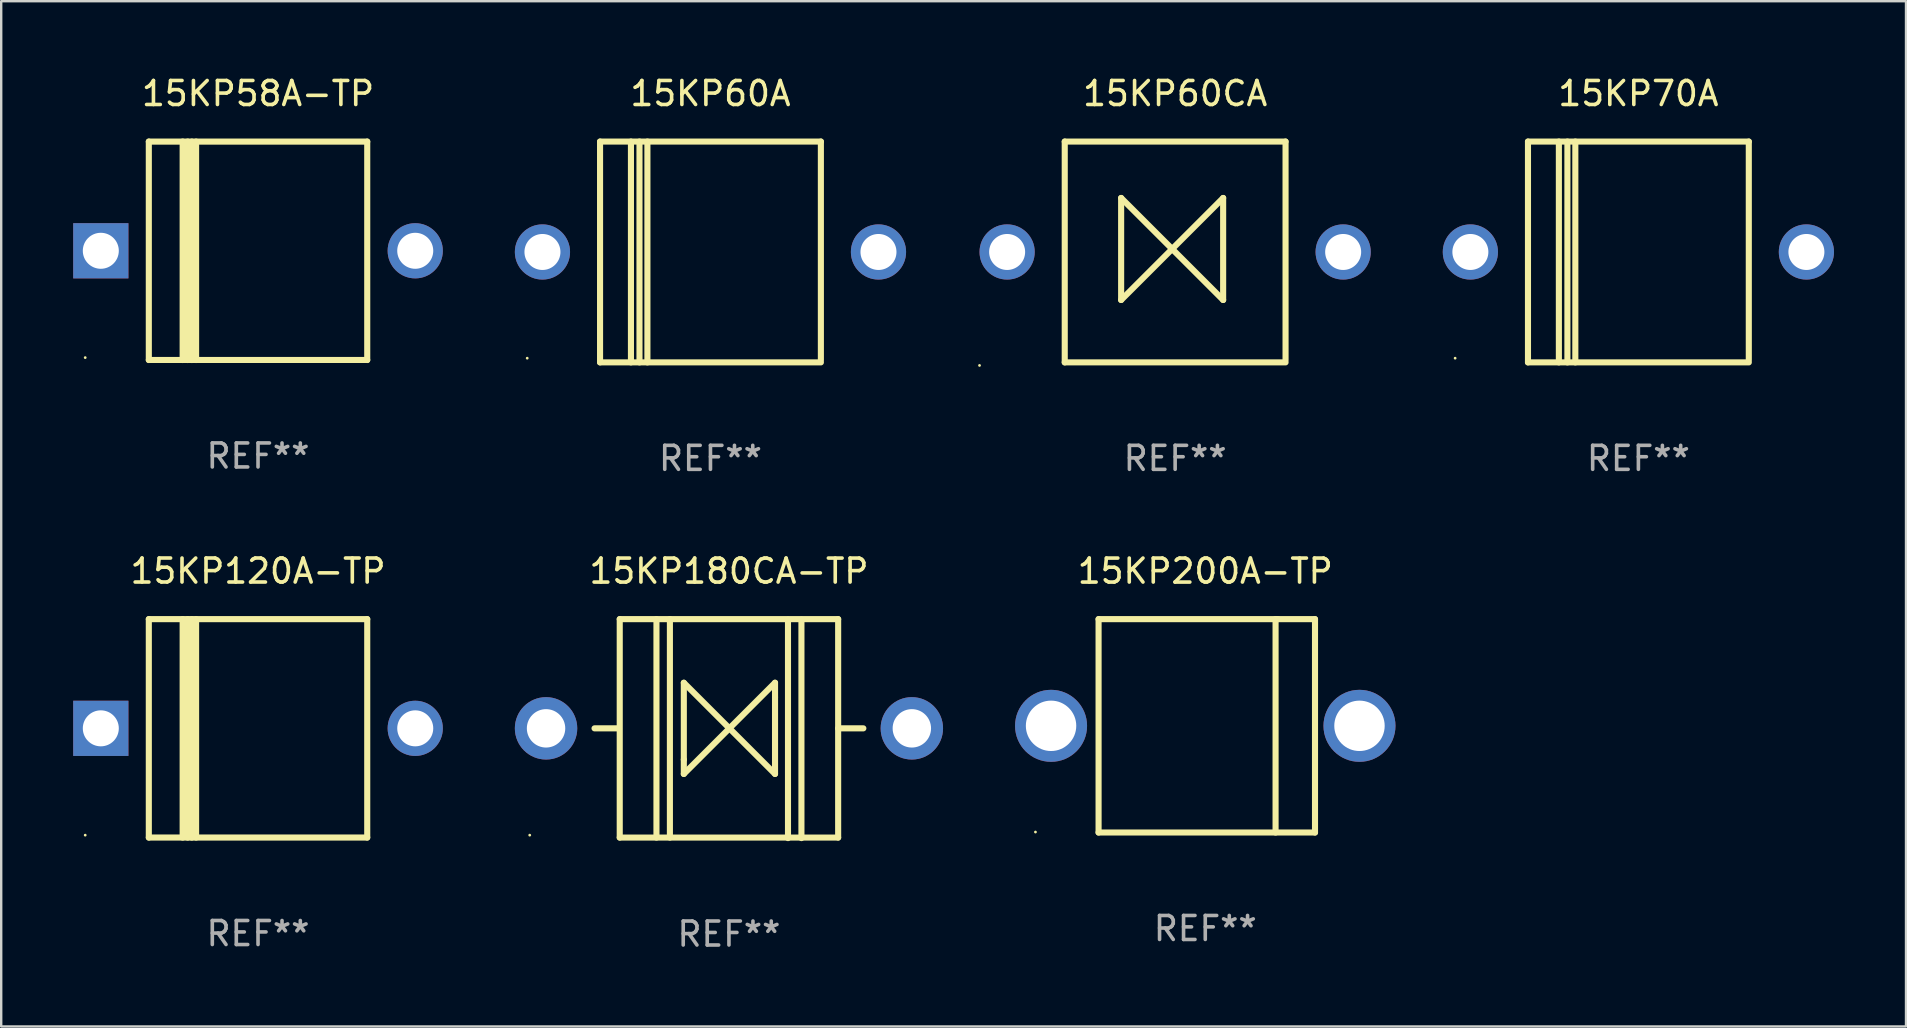
<source format=kicad_pcb>
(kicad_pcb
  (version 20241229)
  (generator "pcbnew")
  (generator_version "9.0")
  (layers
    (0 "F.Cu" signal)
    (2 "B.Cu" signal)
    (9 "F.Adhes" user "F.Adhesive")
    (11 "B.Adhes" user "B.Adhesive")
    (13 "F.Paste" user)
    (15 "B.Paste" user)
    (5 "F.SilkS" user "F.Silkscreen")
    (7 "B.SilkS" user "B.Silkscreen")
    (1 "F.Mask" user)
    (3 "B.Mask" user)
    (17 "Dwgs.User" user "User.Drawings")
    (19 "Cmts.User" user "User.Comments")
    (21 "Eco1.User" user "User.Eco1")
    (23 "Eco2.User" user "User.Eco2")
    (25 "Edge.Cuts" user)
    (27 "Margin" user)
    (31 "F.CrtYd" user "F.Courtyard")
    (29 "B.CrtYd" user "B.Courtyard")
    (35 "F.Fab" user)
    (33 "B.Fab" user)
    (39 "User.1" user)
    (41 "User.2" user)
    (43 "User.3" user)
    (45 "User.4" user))
  (footprint "15KP180CA-TP"
    (layer "F.Cu")
    (at 27.32 27.306)
    (property "Reference" "15KP180CA-TP" (at 0 -6.561 0) (layer "F.SilkS") (effects (font (size 1 1) (thickness 0.15))))
    (attr through_hole)
    (fp_line (start -4.58 -0.011) (end -5.6 -0.011) (stroke (width 0.254) (type solid)) (layer "F.SilkS"))
    (fp_line (start -4.55 -4.561) (end 4.55 -4.561) (stroke (width 0.254) (type solid)) (layer "F.SilkS"))
    (fp_line (start -4.55 -4.561) (end -4.55 4.539) (stroke (width 0.254) (type solid)) (layer "F.SilkS"))
    (fp_line (start -3.02 -4.561) (end -3.02 4.539) (stroke (width 0.254) (type solid)) (layer "F.SilkS"))
    (fp_line (start -2.46 -4.561) (end -2.46 4.539) (stroke (width 0.254) (type solid)) (layer "F.SilkS"))
    (fp_line (start -1.88 -1.911) (end 0.02 -0.011) (stroke (width 0.254) (type solid)) (layer "F.SilkS"))
    (fp_line (start -1.88 1.289) (end -1.88 -1.911) (stroke (width 0.254) (type solid)) (layer "F.SilkS"))
    (fp_line (start -1.88 1.889) (end -1.88 1.289) (stroke (width 0.254) (type solid)) (layer "F.SilkS"))
    (fp_line (start 0.02 -0.011) (end -1.88 1.889) (stroke (width 0.254) (type solid)) (layer "F.SilkS"))
    (fp_line (start 0.02 -0.011) (end 1.92 -1.911) (stroke (width 0.254) (type solid)) (layer "F.SilkS"))
    (fp_line (start 1.92 -1.911) (end 1.92 -1.311) (stroke (width 0.254) (type solid)) (layer "F.SilkS"))
    (fp_line (start 1.92 -1.311) (end 1.92 1.889) (stroke (width 0.254) (type solid)) (layer "F.SilkS"))
    (fp_line (start 1.92 1.889) (end 0.02 -0.011) (stroke (width 0.254) (type solid)) (layer "F.SilkS"))
    (fp_line (start 2.46 -4.539) (end 2.46 4.561) (stroke (width 0.254) (type solid)) (layer "F.SilkS"))
    (fp_line (start 3.02 -4.539) (end 3.02 4.561) (stroke (width 0.254) (type solid)) (layer "F.SilkS"))
    (fp_line (start 4.55 4.539) (end -4.55 4.539) (stroke (width 0.254) (type solid)) (layer "F.SilkS"))
    (fp_line (start 4.55 4.539) (end 4.55 -4.561) (stroke (width 0.254) (type solid)) (layer "F.SilkS"))
    (fp_line (start 5.6 -0.011) (end 4.55 -0.011) (stroke (width 0.254) (type solid)) (layer "F.SilkS"))
    (fp_circle (center -8.3 4.439) (end -8.27 4.439) (stroke (width 0.06) (type solid)) (fill no) (layer "F.SilkS"))
    (fp_text user "REF**" (at 0 8.561 0) (layer "F.Fab") (effects (font (size 1 1) (thickness 0.15))))
    (pad "1" thru_hole circle (at -7.62 -0.011) (size 2.6 2.6) (drill 1.6) (layers "*.Cu" "*.Mask"))
    (pad "2" thru_hole circle (at 7.62 -0.011) (size 2.6 2.6) (drill 1.6) (layers "*.Cu" "*.Mask")))
  (footprint "15KP70A"
    (layer "F.Cu")
    (at 65.21 7.448)
    (property "Reference" "15KP70A" (at 0 -6.6 0) (layer "F.SilkS") (effects (font (size 1 1) (thickness 0.15))))
    (attr through_hole)
    (fp_line (start -4.6 -4.6) (end -4.6 4.6) (stroke (width 0.254) (type solid)) (layer "F.SilkS"))
    (fp_line (start -4.6 -4.6) (end 4.6 -4.6) (stroke (width 0.254) (type solid)) (layer "F.SilkS"))
    (fp_line (start -4.6 4.6) (end 4.6 4.6) (stroke (width 0.254) (type solid)) (layer "F.SilkS"))
    (fp_line (start -3.313 -4.6) (end -3.313 4.6) (stroke (width 0.254) (type solid)) (layer "F.SilkS"))
    (fp_line (start -2.957 -4.6) (end -2.957 4.6) (stroke (width 0.254) (type solid)) (layer "F.SilkS"))
    (fp_line (start -2.627 -4.6) (end -2.627 4.6) (stroke (width 0.254) (type solid)) (layer "F.SilkS"))
    (fp_line (start 4.6 -4.6) (end 4.6 4.5) (stroke (width 0.254) (type solid)) (layer "F.SilkS"))
    (fp_circle (center -7.635 4.425) (end -7.605 4.425) (stroke (width 0.06) (type solid)) (fill no) (layer "F.SilkS"))
    (fp_text user "REF**" (at 0 8.6 0) (layer "F.Fab") (effects (font (size 1 1) (thickness 0.15))))
    (pad "1" thru_hole circle (at -7 0) (size 2.3 2.3) (drill 1.5) (layers "*.Cu" "*.Mask"))
    (pad "2" thru_hole circle (at 7 0) (size 2.3 2.3) (drill 1.5) (layers "*.Cu" "*.Mask")))
  (footprint "15KP200A-TP"
    (layer "F.Cu")
    (at 47.165 27.19)
    (property "Reference" "15KP200A-TP" (at 0 -6.445 0) (layer "F.SilkS") (effects (font (size 1 1) (thickness 0.15))))
    (attr through_hole)
    (fp_line (start -4.445 -4.445) (end -4.445 4.445) (stroke (width 0.254) (type solid)) (layer "F.SilkS"))
    (fp_line (start -4.445 4.445) (end 4.572 4.445) (stroke (width 0.254) (type solid)) (layer "F.SilkS"))
    (fp_line (start 2.929 -4.445) (end 2.929 4.445) (stroke (width 0.254) (type solid)) (layer "F.SilkS"))
    (fp_line (start 3.029 -4.445) (end 2.929 -4.445) (stroke (width 0.254) (type solid)) (layer "F.SilkS"))
    (fp_line (start 4.572 -4.445) (end -4.445 -4.445) (stroke (width 0.254) (type solid)) (layer "F.SilkS"))
    (fp_line (start 4.572 4.445) (end 4.572 -4.445) (stroke (width 0.254) (type solid)) (layer "F.SilkS"))
    (fp_circle (center -7.075 4.425) (end -7.045 4.425) (stroke (width 0.06) (type solid)) (fill no) (layer "F.SilkS"))
    (fp_text user "REF**" (at 0 8.445 0) (layer "F.Fab") (effects (font (size 1 1) (thickness 0.15))))
    (pad "1" thru_hole circle (at -6.425 0) (size 3 3) (drill 2.1) (layers "*.Cu" "*.Mask"))
    (pad "2" thru_hole circle (at 6.425 0) (size 3 3) (drill 2.1) (layers "*.Cu" "*.Mask")))
  (footprint "15KP58A-TP"
    (layer "F.Cu")
    (at 7.7 7.399)
    (property "Reference" "15KP58A-TP" (at 0 -6.551 0) (layer "F.SilkS") (effects (font (size 1 1) (thickness 0.15))))
    (attr through_hole)
    (fp_line (start -4.55 -4.55) (end -4.55 4.55) (stroke (width 0.254) (type solid)) (layer "F.SilkS"))
    (fp_line (start -4.55 -4.55) (end 4.55 -4.55) (stroke (width 0.254) (type solid)) (layer "F.SilkS"))
    (fp_line (start -3.14 4.55) (end -3.14 -4.551) (stroke (width 0.254) (type solid)) (layer "F.SilkS"))
    (fp_line (start -2.93 4.55) (end -2.93 -4.551) (stroke (width 0.254) (type solid)) (layer "F.SilkS"))
    (fp_line (start -2.759 4.551) (end -2.759 -4.55) (stroke (width 0.254) (type solid)) (layer "F.SilkS"))
    (fp_line (start -2.58 4.55) (end -2.58 -4.551) (stroke (width 0.254) (type solid)) (layer "F.SilkS"))
    (fp_line (start 4.55 4.55) (end 4.55 -4.55) (stroke (width 0.254) (type solid)) (layer "F.SilkS"))
    (fp_line (start 4.55 4.549) (end -4.55 4.549) (stroke (width 0.254) (type solid)) (layer "F.SilkS"))
    (fp_circle (center -7.2 4.45) (end -7.17 4.45) (stroke (width 0.06) (type solid)) (fill no) (layer "F.SilkS"))
    (fp_text user "REF**" (at 0 8.551 0) (layer "F.Fab") (effects (font (size 1 1) (thickness 0.15))))
    (pad "1" thru_hole rect (at -6.55 -0.000483 180) (size 2.3 2.3) (drill 1.5) (layers "*.Cu" "*.Mask"))
    (pad "2" thru_hole circle (at 6.55 -0.000483) (size 2.3 2.3) (drill 1.5) (layers "*.Cu" "*.Mask")))
  (footprint "15KP120A-TP"
    (layer "F.Cu")
    (at 7.7 27.295)
    (property "Reference" "15KP120A-TP" (at 0 -6.551 0) (layer "F.SilkS") (effects (font (size 1 1) (thickness 0.15))))
    (attr through_hole)
    (fp_line (start -4.55 -4.55) (end -4.55 4.55) (stroke (width 0.254) (type solid)) (layer "F.SilkS"))
    (fp_line (start -4.55 -4.55) (end 4.55 -4.55) (stroke (width 0.254) (type solid)) (layer "F.SilkS"))
    (fp_line (start -3.14 4.55) (end -3.14 -4.551) (stroke (width 0.254) (type solid)) (layer "F.SilkS"))
    (fp_line (start -2.93 4.55) (end -2.93 -4.551) (stroke (width 0.254) (type solid)) (layer "F.SilkS"))
    (fp_line (start -2.759 4.551) (end -2.759 -4.55) (stroke (width 0.254) (type solid)) (layer "F.SilkS"))
    (fp_line (start -2.58 4.55) (end -2.58 -4.551) (stroke (width 0.254) (type solid)) (layer "F.SilkS"))
    (fp_line (start 4.55 4.55) (end 4.55 -4.55) (stroke (width 0.254) (type solid)) (layer "F.SilkS"))
    (fp_line (start 4.55 4.549) (end -4.55 4.549) (stroke (width 0.254) (type solid)) (layer "F.SilkS"))
    (fp_circle (center -7.2 4.45) (end -7.17 4.45) (stroke (width 0.06) (type solid)) (fill no) (layer "F.SilkS"))
    (fp_text user "REF**" (at 0 8.551 0) (layer "F.Fab") (effects (font (size 1 1) (thickness 0.15))))
    (pad "1" thru_hole rect (at -6.55 -0.000483 180) (size 2.3 2.3) (drill 1.5) (layers "*.Cu" "*.Mask"))
    (pad "2" thru_hole circle (at 6.55 -0.000483) (size 2.3 2.3) (drill 1.5) (layers "*.Cu" "*.Mask")))
  (footprint "15KP60CA"
    (layer "F.Cu")
    (at 45.91 7.448)
    (property "Reference" "15KP60CA" (at 0 -6.6 0) (layer "F.SilkS") (effects (font (size 1 1) (thickness 0.15))))
    (attr through_hole)
    (fp_line (start -4.6 -4.6) (end -4.6 4.6) (stroke (width 0.254) (type solid)) (layer "F.SilkS"))
    (fp_line (start -4.6 -4.6) (end 4.6 -4.6) (stroke (width 0.254) (type solid)) (layer "F.SilkS"))
    (fp_line (start -4.6 4.6) (end 4.6 4.6) (stroke (width 0.254) (type solid)) (layer "F.SilkS"))
    (fp_line (start -2.25 -2.25) (end -2.25 2) (stroke (width 0.254) (type solid)) (layer "F.SilkS"))
    (fp_line (start -2.25 2) (end 2 -2.25) (stroke (width 0.254) (type solid)) (layer "F.SilkS"))
    (fp_line (start 2 -2.25) (end 2 2) (stroke (width 0.254) (type solid)) (layer "F.SilkS"))
    (fp_line (start 2 2) (end -2.25 -2.25) (stroke (width 0.254) (type solid)) (layer "F.SilkS"))
    (fp_line (start 4.6 -4.6) (end 4.6 4.5) (stroke (width 0.254) (type solid)) (layer "F.SilkS"))
    (fp_circle (center -8.15 4.727) (end -8.12 4.727) (stroke (width 0.06) (type solid)) (fill no) (layer "F.SilkS"))
    (fp_text user "REF**" (at 0 8.6 0) (layer "F.Fab") (effects (font (size 1 1) (thickness 0.15))))
    (pad "1" thru_hole circle (at -7 0) (size 2.3 2.3) (drill 1.5) (layers "*.Cu" "*.Mask"))
    (pad "2" thru_hole circle (at 7 0) (size 2.3 2.3) (drill 1.5) (layers "*.Cu" "*.Mask")))
  (footprint "15KP60A"
    (layer "F.Cu")
    (at 26.55 7.448)
    (property "Reference" "15KP60A" (at 0 -6.6 0) (layer "F.SilkS") (effects (font (size 1 1) (thickness 0.15))))
    (attr through_hole)
    (fp_line (start -4.6 -4.6) (end -4.6 4.6) (stroke (width 0.254) (type solid)) (layer "F.SilkS"))
    (fp_line (start -4.6 -4.6) (end 4.6 -4.6) (stroke (width 0.254) (type solid)) (layer "F.SilkS"))
    (fp_line (start -4.6 4.6) (end 4.6 4.6) (stroke (width 0.254) (type solid)) (layer "F.SilkS"))
    (fp_line (start -3.313 -4.6) (end -3.313 4.6) (stroke (width 0.254) (type solid)) (layer "F.SilkS"))
    (fp_line (start -2.957 -4.6) (end -2.957 4.6) (stroke (width 0.254) (type solid)) (layer "F.SilkS"))
    (fp_line (start -2.627 -4.6) (end -2.627 4.6) (stroke (width 0.254) (type solid)) (layer "F.SilkS"))
    (fp_line (start 4.6 -4.6) (end 4.6 4.5) (stroke (width 0.254) (type solid)) (layer "F.SilkS"))
    (fp_circle (center -7.635 4.425) (end -7.605 4.425) (stroke (width 0.06) (type solid)) (fill no) (layer "F.SilkS"))
    (fp_text user "REF**" (at 0 8.6 0) (layer "F.Fab") (effects (font (size 1 1) (thickness 0.15))))
    (pad "1" thru_hole circle (at -7 0) (size 2.3 2.3) (drill 1.5) (layers "*.Cu" "*.Mask"))
    (pad "2" thru_hole circle (at 7 0) (size 2.3 2.3) (drill 1.5) (layers "*.Cu" "*.Mask")))
  (gr_rect
    (start -3 -3)
    (end 76.36 39.715)
    (stroke (width 0.1) (type default))
    (fill no)
    (layer "Edge.Cuts")))
</source>
